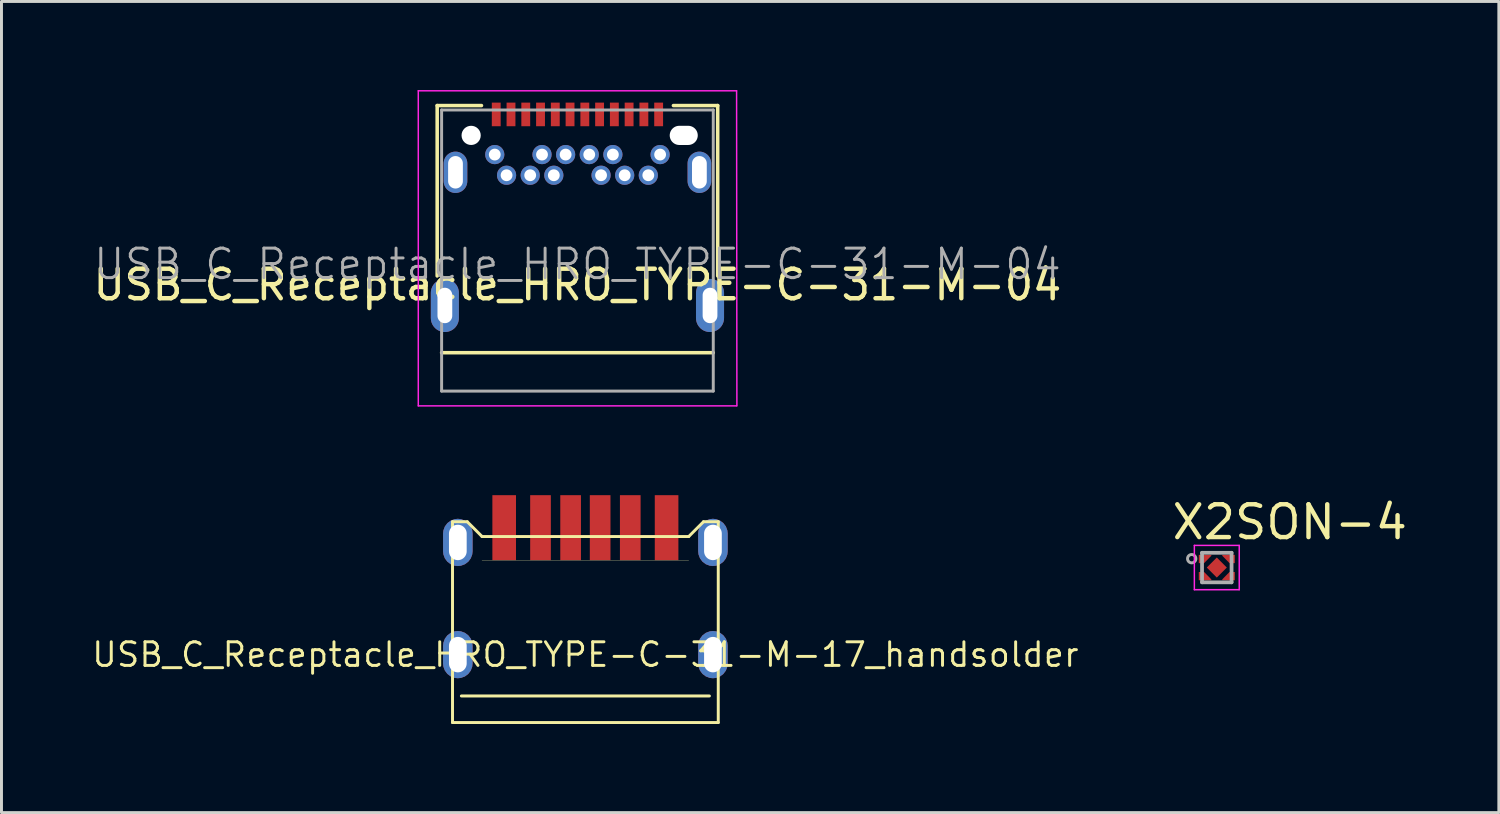
<source format=kicad_pcb>
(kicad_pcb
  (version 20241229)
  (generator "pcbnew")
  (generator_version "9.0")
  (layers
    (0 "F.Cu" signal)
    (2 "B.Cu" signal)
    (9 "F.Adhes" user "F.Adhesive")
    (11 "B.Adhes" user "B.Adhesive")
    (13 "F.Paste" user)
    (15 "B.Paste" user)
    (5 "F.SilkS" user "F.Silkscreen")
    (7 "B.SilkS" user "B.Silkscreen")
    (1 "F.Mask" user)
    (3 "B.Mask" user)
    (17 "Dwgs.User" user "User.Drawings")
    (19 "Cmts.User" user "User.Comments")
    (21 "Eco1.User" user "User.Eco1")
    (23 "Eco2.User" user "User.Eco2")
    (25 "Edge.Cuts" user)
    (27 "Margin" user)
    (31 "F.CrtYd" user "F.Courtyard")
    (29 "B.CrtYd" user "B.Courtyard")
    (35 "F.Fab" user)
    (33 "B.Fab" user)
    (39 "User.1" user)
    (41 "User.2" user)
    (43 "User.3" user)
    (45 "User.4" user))
  (footprint "USB_C_Receptacle_HRO_TYPE-C-31-M-04"
    (layer "F.Cu")
    (at 16.506 5.895)
    (property "Reference" "USB_C_Receptacle_HRO_TYPE-C-31-M-04" (at 0 0.7 180) (layer "F.SilkS") (effects (font (size 1 1) (thickness 0.15))))
    (attr smd)
    (fp_line (start -4.75 -5.37) (end -4.75 0.4) (stroke (width 0.12) (type solid)) (layer "F.SilkS"))
    (fp_line (start -4.75 -5.37) (end -3.25 -5.37) (stroke (width 0.12) (type solid)) (layer "F.SilkS"))
    (fp_line (start -4.6 3) (end 4.6 3) (stroke (width 0.12) (type solid)) (layer "F.SilkS"))
    (fp_line (start 3.25 -5.37) (end 4.75 -5.37) (stroke (width 0.12) (type solid)) (layer "F.SilkS"))
    (fp_line (start 4.75 -5.37) (end 4.75 0.4) (stroke (width 0.12) (type solid)) (layer "F.SilkS"))
    (fp_line (start -5.39 -5.87) (end 5.39 -5.87) (stroke (width 0.05) (type solid)) (layer "F.CrtYd"))
    (fp_line (start -5.39 4.8) (end -5.39 -5.87) (stroke (width 0.05) (type solid)) (layer "F.CrtYd"))
    (fp_line (start 5.39 -5.87) (end 5.4 4.8) (stroke (width 0.05) (type solid)) (layer "F.CrtYd"))
    (fp_line (start 5.39 4.8) (end -5.39 4.8) (stroke (width 0.05) (type solid)) (layer "F.CrtYd"))
    (fp_line (start -4.6 -5.22) (end 4.6 -5.22) (stroke (width 0.1) (type solid)) (layer "F.Fab"))
    (fp_line (start -4.6 4.3) (end -4.6 -5.22) (stroke (width 0.1) (type solid)) (layer "F.Fab"))
    (fp_line (start -4.6 4.3) (end 4.6 4.3) (stroke (width 0.1) (type solid)) (layer "F.Fab"))
    (fp_line (start 4.6 4.3) (end 4.6 -5.22) (stroke (width 0.1) (type solid)) (layer "F.Fab"))
    (fp_text user "${REFERENCE}" (at 0 0 180) (layer "F.Fab") (effects (font (size 1 1) (thickness 0.1))))
    (pad "" np_thru_hole circle (at -3.6 -4.36) (size 0.65 0.65) (drill 0.65) (layers "*.Cu" "*.Mask"))
    (pad "" np_thru_hole oval (at 3.6 -4.36) (size 0.95 0.65) (drill oval 0.95 0.65) (layers "*.Cu" "*.Mask"))
    (pad "31" thru_hole oval (at 4.49 1.4) (size 0.95 1.8) (drill oval 0.5 1.2) (layers "*.Cu" "*.Mask"))
    (pad "32" thru_hole oval (at 4.13 -3.11) (size 0.8 1.4) (drill oval 0.5 1.1) (layers "*.Cu" "*.Mask"))
    (pad "33" thru_hole oval (at -4.13 -3.11) (size 0.8 1.4) (drill oval 0.5 1.1) (layers "*.Cu" "*.Mask"))
    (pad "34" thru_hole oval (at -4.49 1.4) (size 0.95 1.8) (drill oval 0.5 1.2) (layers "*.Cu" "*.Mask"))
    (pad "A1" smd rect (at -2.75 -5.07) (size 0.3 0.8) (layers "F.Cu" "F.Mask" "F.Paste"))
    (pad "A2" smd rect (at -2.25 -5.07) (size 0.3 0.8) (layers "F.Cu" "F.Mask" "F.Paste"))
    (pad "A3" smd rect (at -1.75 -5.07) (size 0.3 0.8) (layers "F.Cu" "F.Mask" "F.Paste"))
    (pad "A4" smd rect (at -1.25 -5.07) (size 0.3 0.8) (layers "F.Cu" "F.Mask" "F.Paste"))
    (pad "A5" smd rect (at -0.75 -5.07) (size 0.3 0.8) (layers "F.Cu" "F.Mask" "F.Paste"))
    (pad "A6" smd rect (at -0.25 -5.07) (size 0.3 0.8) (layers "F.Cu" "F.Mask" "F.Paste"))
    (pad "A7" smd rect (at 0.25 -5.07) (size 0.3 0.8) (layers "F.Cu" "F.Mask" "F.Paste"))
    (pad "A8" smd rect (at 0.75 -5.07) (size 0.3 0.8) (layers "F.Cu" "F.Mask" "F.Paste"))
    (pad "A9" smd rect (at 1.25 -5.07) (size 0.3 0.8) (layers "F.Cu" "F.Mask" "F.Paste"))
    (pad "A10" smd rect (at 1.75 -5.07) (size 0.3 0.8) (layers "F.Cu" "F.Mask" "F.Paste"))
    (pad "A11" smd rect (at 2.25 -5.07) (size 0.3 0.8) (layers "F.Cu" "F.Mask" "F.Paste"))
    (pad "A12" smd rect (at 2.75 -5.07) (size 0.3 0.8) (layers "F.Cu" "F.Mask" "F.Paste"))
    (pad "B1" thru_hole circle (at 2.8 -3.71) (size 0.65 0.65) (drill 0.4) (layers "*.Cu" "*.Mask"))
    (pad "B2" thru_hole circle (at 2.4 -3.01) (size 0.65 0.65) (drill 0.4) (layers "*.Cu" "*.Mask"))
    (pad "B3" thru_hole circle (at 1.6 -3.01) (size 0.65 0.65) (drill 0.4) (layers "*.Cu" "*.Mask"))
    (pad "B4" thru_hole circle (at 1.2 -3.71) (size 0.65 0.65) (drill 0.4) (layers "*.Cu" "*.Mask"))
    (pad "B5" thru_hole circle (at 0.8 -3.01) (size 0.65 0.65) (drill 0.4) (layers "*.Cu" "*.Mask"))
    (pad "B6" thru_hole circle (at 0.4 -3.71) (size 0.65 0.65) (drill 0.4) (layers "*.Cu" "*.Mask"))
    (pad "B7" thru_hole circle (at -0.4 -3.71) (size 0.65 0.65) (drill 0.4) (layers "*.Cu" "*.Mask"))
    (pad "B8" thru_hole circle (at -0.8 -3.01) (size 0.65 0.65) (drill 0.4) (layers "*.Cu" "*.Mask"))
    (pad "B9" thru_hole circle (at -1.2 -3.71) (size 0.65 0.65) (drill 0.4) (layers "*.Cu" "*.Mask"))
    (pad "B10" thru_hole circle (at -1.6 -3.01) (size 0.65 0.65) (drill 0.4) (layers "*.Cu" "*.Mask"))
    (pad "B11" thru_hole circle (at -2.4 -3.01) (size 0.65 0.65) (drill 0.4) (layers "*.Cu" "*.Mask"))
    (pad "B12" thru_hole circle (at -2.8 -3.71) (size 0.65 0.65) (drill 0.4) (layers "*.Cu" "*.Mask")))
  (footprint "USB_C_Receptacle_HRO_TYPE-C-31-M-17_handsolder"
    (layer "F.Cu")
    (at 16.775 19.12)
    (property "Reference" "USB_C_Receptacle_HRO_TYPE-C-31-M-17_handsolder" (at 0 0 0) (layer "F.SilkS") (effects (font (size 0.8 0.8) (thickness 0.1))))
    (attr smd)
    (fp_line (start -4.5 -4.5) (end -4.5 2.3) (stroke (width 0.1) (type solid)) (layer "F.SilkS"))
    (fp_line (start -4.5 -4.5) (end -4 -4.5) (stroke (width 0.1) (type solid)) (layer "F.SilkS"))
    (fp_line (start -4 -4.5) (end -3.5 -4) (stroke (width 0.1) (type solid)) (layer "F.SilkS"))
    (fp_line (start -3.5 -4) (end 3.5 -4) (stroke (width 0.1) (type solid)) (layer "F.SilkS"))
    (fp_line (start -3.5 -3.2) (end 3.5 -3.2) (stroke (width 0.01) (type solid)) (layer "F.SilkS"))
    (fp_line (start 3.5 -4) (end 4 -4.5) (stroke (width 0.1) (type solid)) (layer "F.SilkS"))
    (fp_line (start 4 -4.5) (end 4.5 -4.5) (stroke (width 0.1) (type solid)) (layer "F.SilkS"))
    (fp_line (start 4.2 1.4) (end -4.2 1.4) (stroke (width 0.1) (type solid)) (layer "F.SilkS"))
    (fp_line (start 4.5 -4.5) (end 4.5 2.3) (stroke (width 0.1) (type solid)) (layer "F.SilkS"))
    (fp_line (start 4.5 2.3) (end -4.5 2.3) (stroke (width 0.1) (type solid)) (layer "F.SilkS"))
    (pad "1" thru_hole roundrect (at -4.32 -3.8) (size 1 1.6) (drill oval 0.6 1.2) (layers "*.Cu" "*.Mask") (roundrect_rratio 0.5))
    (pad "1" thru_hole roundrect (at -4.32 0) (size 1 1.6) (drill oval 0.6 1.2) (layers "*.Cu" "*.Mask") (roundrect_rratio 0.5))
    (pad "1" thru_hole roundrect (at 4.32 -3.8) (size 1 1.6) (drill oval 0.6 1.2) (layers "*.Cu" "*.Mask") (roundrect_rratio 0.5))
    (pad "1" thru_hole roundrect (at 4.32 0) (size 1 1.6) (drill oval 0.6 1.2) (layers "*.Cu" "*.Mask") (roundrect_rratio 0.5))
    (pad "A5" smd rect (at -0.5 -4.3) (size 0.7 2.2) (layers "F.Cu" "F.Mask" "F.Paste"))
    (pad "A9" smd rect (at 1.52 -4.3) (size 0.7 2.2) (layers "F.Cu" "F.Mask" "F.Paste"))
    (pad "A12" smd rect (at 2.75 -4.3) (size 0.8 2.2) (layers "F.Cu" "F.Mask" "F.Paste"))
    (pad "B5" smd rect (at 0.5 -4.3) (size 0.7 2.2) (layers "F.Cu" "F.Mask" "F.Paste"))
    (pad "B9" smd rect (at -1.52 -4.3) (size 0.7 2.2) (layers "F.Cu" "F.Mask" "F.Paste"))
    (pad "B12" smd rect (at -2.75 -4.3) (size 0.8 2.2) (layers "F.Cu" "F.Mask" "F.Paste")))
  (footprint "X2SON-4"
    (layer "F.Cu")
    (at 38.159 16.171)
    (property "Reference" "X2SON-4" (at 2.471 -1.538 0) (layer "F.SilkS") (effects (font (size 1.111 1.111) (thickness 0.15))))
    (attr through_hole)
    (fp_poly (pts (xy 0 -0.411) (xy 0.413 0.002) (xy 0 0.415) (xy -0.413 0.002)) (stroke (width 0.01) (type solid)) (fill yes) (layer "F.Mask"))
    (fp_poly (pts (xy -0.135 -0.48) (xy -0.66 -0.48) (xy -0.66 -0.1) (xy -0.38 -0.1) (xy -0.135 -0.35)) (stroke (width 0) (type solid)) (fill yes) (layer "F.Mask"))
    (fp_poly (pts (xy -0.135 0.48) (xy -0.66 0.48) (xy -0.66 0.1) (xy -0.38 0.1) (xy -0.135 0.35)) (stroke (width 0) (type solid)) (fill yes) (layer "F.Mask"))
    (fp_poly (pts (xy 0.135 -0.48) (xy 0.66 -0.48) (xy 0.66 -0.1) (xy 0.38 -0.1) (xy 0.135 -0.35)) (stroke (width 0) (type solid)) (fill yes) (layer "F.Mask"))
    (fp_poly (pts (xy 0.135 0.48) (xy 0.66 0.48) (xy 0.66 0.1) (xy 0.38 0.1) (xy 0.135 0.35)) (stroke (width 0) (type solid)) (fill yes) (layer "F.Mask"))
    (fp_poly (pts (xy 0 -0.343) (xy 0.342 -0.002) (xy 0 0.34) (xy -0.342 -0.002)) (stroke (width 0.01) (type solid)) (fill yes) (layer "F.Paste"))
    (fp_poly (pts (xy -0.185 -0.43) (xy -0.61 -0.43) (xy -0.61 -0.15) (xy -0.43 -0.15) (xy -0.185 -0.4)) (stroke (width 0) (type solid)) (fill yes) (layer "F.Paste"))
    (fp_poly (pts (xy -0.185 0.43) (xy -0.61 0.43) (xy -0.61 0.15) (xy -0.43 0.15) (xy -0.185 0.4)) (stroke (width 0) (type solid)) (fill yes) (layer "F.Paste"))
    (fp_poly (pts (xy 0.185 -0.43) (xy 0.61 -0.43) (xy 0.61 -0.15) (xy 0.43 -0.15) (xy 0.185 -0.4)) (stroke (width 0) (type solid)) (fill yes) (layer "F.Paste"))
    (fp_poly (pts (xy 0.185 0.43) (xy 0.61 0.43) (xy 0.61 0.15) (xy 0.43 0.15) (xy 0.185 0.4)) (stroke (width 0) (type solid)) (fill yes) (layer "F.Paste"))
    (fp_line (start -0.76 -0.75) (end 0.76 -0.75) (stroke (width 0.05) (type solid)) (layer "F.CrtYd"))
    (fp_line (start -0.76 0.75) (end -0.76 -0.75) (stroke (width 0.05) (type solid)) (layer "F.CrtYd"))
    (fp_line (start 0.76 -0.75) (end 0.76 0.75) (stroke (width 0.05) (type solid)) (layer "F.CrtYd"))
    (fp_line (start 0.76 0.75) (end -0.76 0.75) (stroke (width 0.05) (type solid)) (layer "F.CrtYd"))
    (fp_line (start -0.5 -0.5) (end 0.5 -0.5) (stroke (width 0.127) (type solid)) (layer "F.Fab"))
    (fp_line (start -0.5 0.5) (end -0.5 -0.5) (stroke (width 0.127) (type solid)) (layer "F.Fab"))
    (fp_line (start 0.5 -0.5) (end 0.5 0.5) (stroke (width 0.127) (type solid)) (layer "F.Fab"))
    (fp_line (start 0.5 0.5) (end -0.5 0.5) (stroke (width 0.127) (type solid)) (layer "F.Fab"))
    (fp_circle (center -0.85 -0.3) (end -0.709 -0.3) (stroke (width 0.1) (type solid)) (fill no) (layer "F.Fab"))
    (pad "1" smd custom (at -0.435 -0.335) (size 0.2 0.13) (layers "F.Cu") (options (anchor rect)) (primitives (gr_poly (pts (xy 0.25 -0.095) (xy -0.175 -0.095) (xy -0.175 0.185) (xy 0.005 0.185) (xy 0.25 -0.065)) (width 0) (fill yes))))
    (pad "2" smd custom (at -0.435 0.335) (size 0.2 0.13) (layers "F.Cu") (options (anchor rect)) (primitives (gr_poly (pts (xy 0.25 0.095) (xy -0.175 0.095) (xy -0.175 -0.185) (xy 0.005 -0.185) (xy 0.25 0.065)) (width 0) (fill yes))))
    (pad "3" smd custom (at 0.435 0.335) (size 0.2 0.13) (layers "F.Cu") (options (anchor rect)) (primitives (gr_poly (pts (xy -0.25 0.095) (xy 0.175 0.095) (xy 0.175 -0.185) (xy -0.005 -0.185) (xy -0.25 0.065)) (width 0) (fill yes))))
    (pad "4" smd custom (at 0.435 -0.335) (size 0.2 0.13) (layers "F.Cu") (options (anchor rect)) (primitives (gr_poly (pts (xy -0.25 -0.095) (xy 0.175 -0.095) (xy 0.175 0.185) (xy -0.005 0.185) (xy -0.25 -0.065)) (width 0) (fill yes))))
    (pad "5" smd rect (at 0 0 315) (size 0.48 0.48) (layers "F.Cu")))
  (gr_rect
    (start -3 -3)
    (end 47.711 24.47)
    (stroke (width 0.1) (type default))
    (fill no)
    (layer "Edge.Cuts")))
</source>
